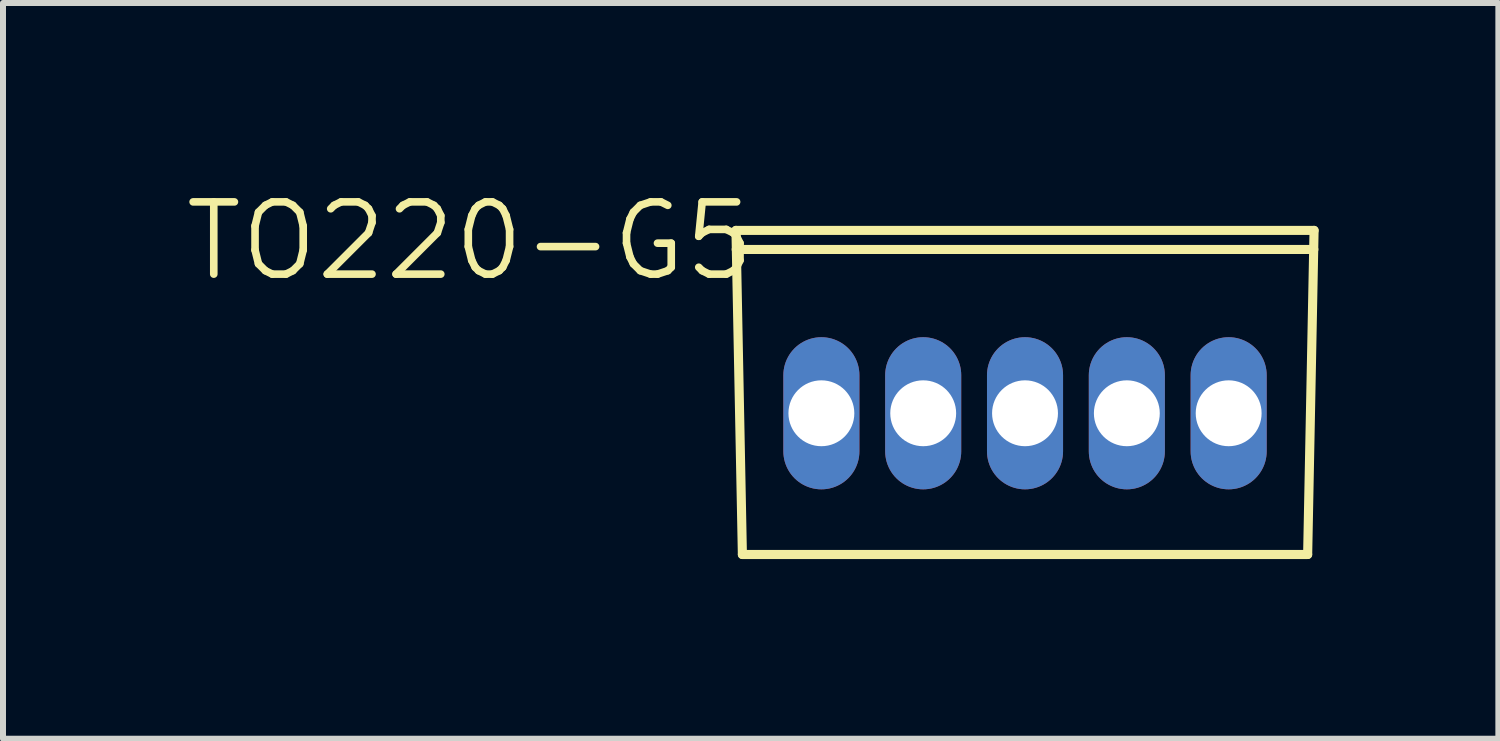
<source format=kicad_pcb>
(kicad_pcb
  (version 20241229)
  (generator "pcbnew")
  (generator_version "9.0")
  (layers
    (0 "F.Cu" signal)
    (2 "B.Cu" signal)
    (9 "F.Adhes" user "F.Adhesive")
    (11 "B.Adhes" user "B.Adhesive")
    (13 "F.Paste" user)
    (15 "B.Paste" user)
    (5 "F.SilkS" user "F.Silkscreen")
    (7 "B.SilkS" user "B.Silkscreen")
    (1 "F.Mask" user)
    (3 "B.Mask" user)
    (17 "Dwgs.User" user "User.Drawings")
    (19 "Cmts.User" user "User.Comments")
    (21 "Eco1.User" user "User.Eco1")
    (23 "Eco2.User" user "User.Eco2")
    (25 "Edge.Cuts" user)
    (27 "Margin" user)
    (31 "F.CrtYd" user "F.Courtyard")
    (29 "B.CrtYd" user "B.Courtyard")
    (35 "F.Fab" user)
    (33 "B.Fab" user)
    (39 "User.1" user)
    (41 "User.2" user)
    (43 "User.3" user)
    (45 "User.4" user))
  (footprint "TO220-G5"
    (layer "F.Cu")
    (at 14.064 0.802)
    (property "Reference" "TO220-G5" (at -4.445 -0.532 0) (layer "F.SilkS") (effects (font (size 1.206 1.206) (thickness 0.127)) (justify right top)))
    (attr through_hole)
    (fp_line (start -4.826 -0.005) (end -4.719 5.406) (stroke (width 0.152) (type solid)) (layer "F.SilkS"))
    (fp_line (start -4.822 0.313) (end 4.822 0.313) (stroke (width 0.152) (type solid)) (layer "F.SilkS"))
    (fp_line (start -4.719 5.406) (end 4.719 5.406) (stroke (width 0.152) (type solid)) (layer "F.SilkS"))
    (fp_line (start 4.719 5.406) (end 4.826 -0.005) (stroke (width 0.152) (type solid)) (layer "F.SilkS"))
    (fp_line (start 4.826 -0.005) (end -4.826 -0.005) (stroke (width 0.152) (type solid)) (layer "F.SilkS"))
    (pad "1" thru_hole oval (at -3.4 3.048 90) (size 2.54 1.27) (drill 1.1) (layers "*.Cu" "*.Mask"))
    (pad "2" thru_hole oval (at -1.7 3.048 90) (size 2.54 1.27) (drill 1.1) (layers "*.Cu" "*.Mask"))
    (pad "3" thru_hole oval (at 0 3.048 90) (size 2.54 1.27) (drill 1.1) (layers "*.Cu" "*.Mask"))
    (pad "4" thru_hole oval (at 1.7 3.048 90) (size 2.54 1.27) (drill 1.1) (layers "*.Cu" "*.Mask"))
    (pad "5" thru_hole oval (at 3.4 3.048 90) (size 2.54 1.27) (drill 1.1) (layers "*.Cu" "*.Mask")))
  (gr_rect
    (start -3 -3)
    (end 21.967 9.284)
    (stroke (width 0.1) (type default))
    (fill no)
    (layer "Edge.Cuts")))
</source>
